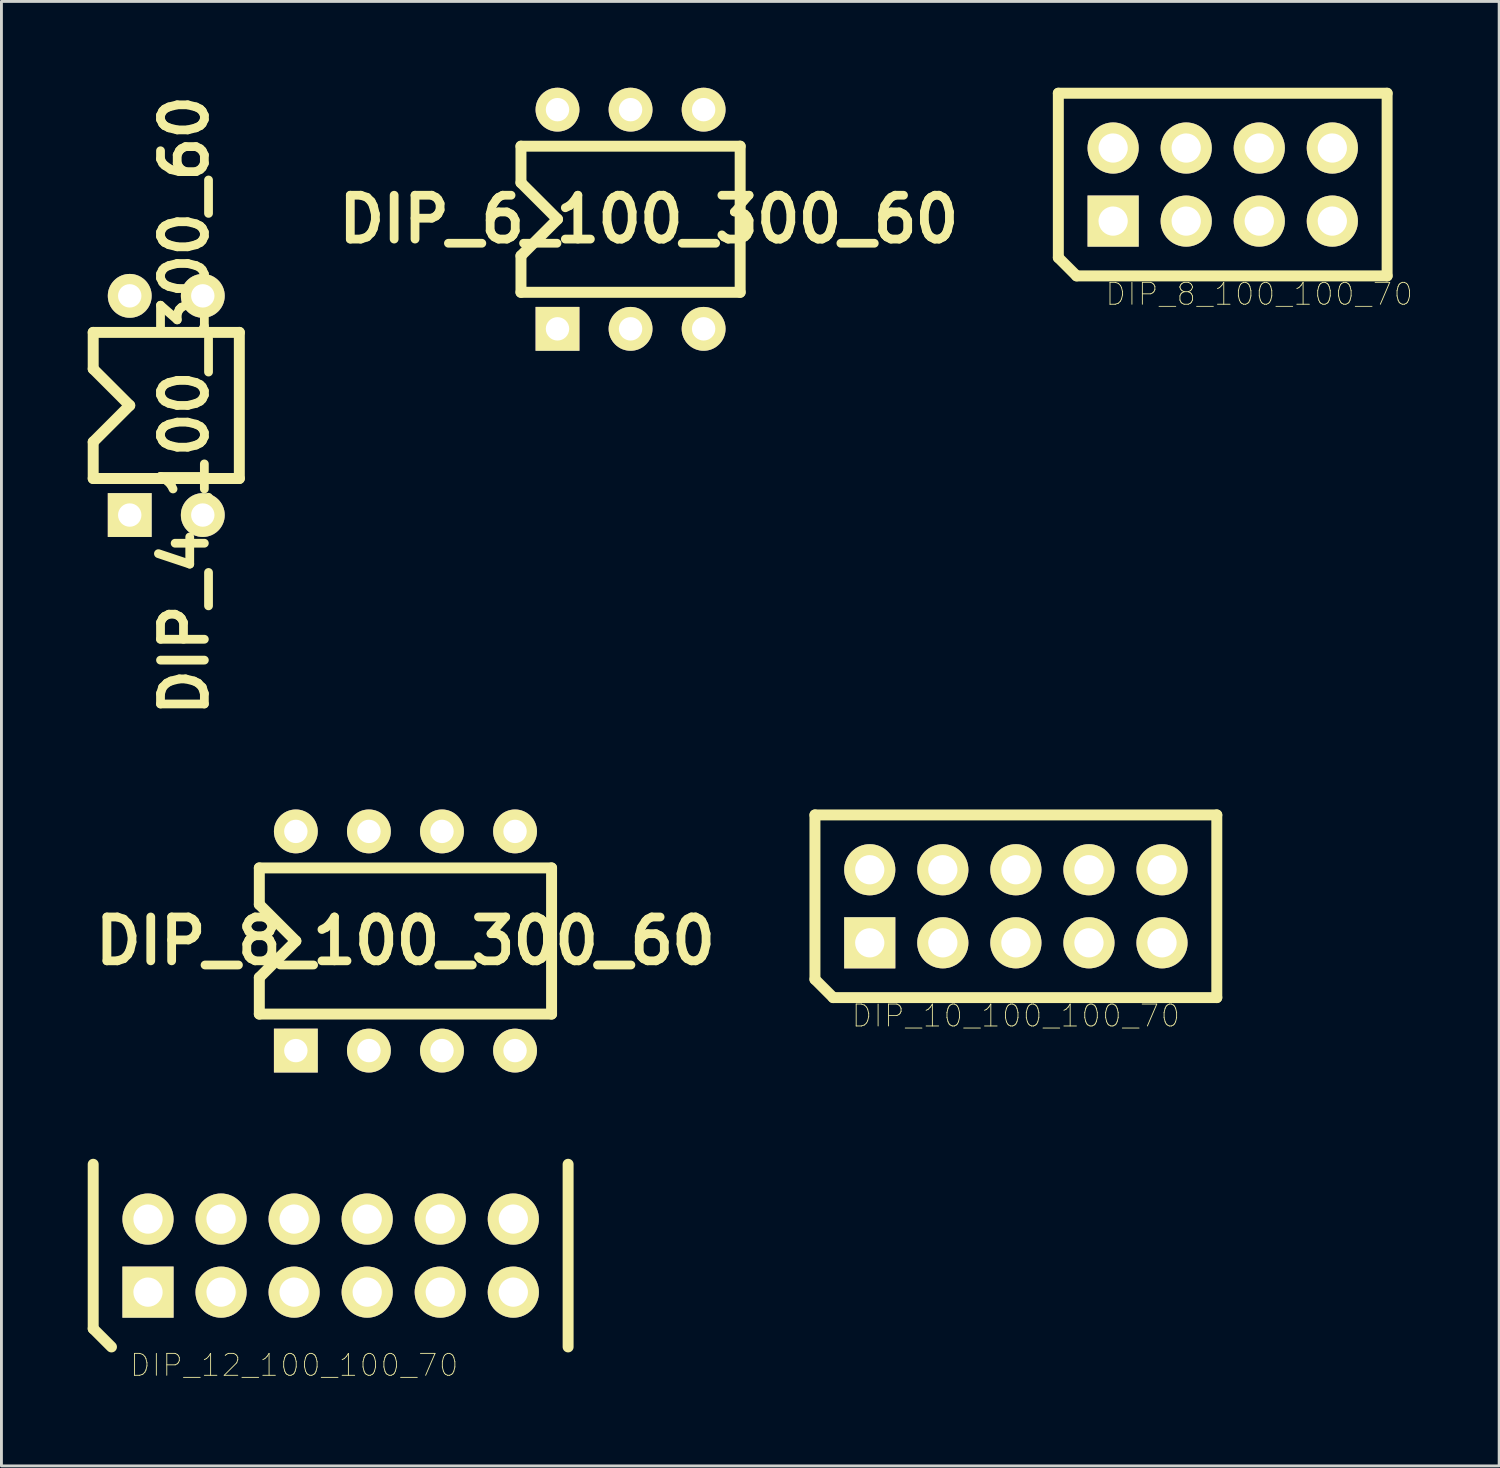
<source format=kicad_pcb>
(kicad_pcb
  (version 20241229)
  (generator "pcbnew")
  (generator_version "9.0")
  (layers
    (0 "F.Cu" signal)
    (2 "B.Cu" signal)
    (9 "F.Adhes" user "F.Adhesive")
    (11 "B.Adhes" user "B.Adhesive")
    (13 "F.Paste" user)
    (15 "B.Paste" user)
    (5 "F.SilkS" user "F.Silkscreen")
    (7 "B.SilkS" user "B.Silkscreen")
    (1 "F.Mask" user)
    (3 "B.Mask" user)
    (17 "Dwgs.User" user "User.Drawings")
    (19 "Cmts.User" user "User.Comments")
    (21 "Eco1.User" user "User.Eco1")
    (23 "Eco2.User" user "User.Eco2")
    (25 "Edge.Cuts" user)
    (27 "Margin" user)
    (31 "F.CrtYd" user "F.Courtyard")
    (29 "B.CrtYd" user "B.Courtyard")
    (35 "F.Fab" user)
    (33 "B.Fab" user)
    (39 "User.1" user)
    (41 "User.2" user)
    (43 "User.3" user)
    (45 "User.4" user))
  (footprint "DIP_10_100_100_70"
    (layer "F.Cu")
    (at 27.186 29.726)
    (property "Reference" "DIP_10_100_100_70" (at 5.08 2.54 0) (layer "F.SilkS") (effects (font (size 0.762 0.762) (thickness 0.03))))
    (attr through_hole)
    (fp_line (start -1.905 -4.445) (end -1.905 1.27) (stroke (width 0.381) (type solid)) (layer "F.SilkS"))
    (fp_line (start -1.905 1.27) (end -1.27 1.905) (stroke (width 0.381) (type solid)) (layer "F.SilkS"))
    (fp_line (start -1.27 1.905) (end 12.065 1.905) (stroke (width 0.381) (type solid)) (layer "F.SilkS"))
    (fp_line (start 12.065 -4.445) (end -1.905 -4.445) (stroke (width 0.381) (type solid)) (layer "F.SilkS"))
    (fp_line (start 12.065 1.905) (end 12.065 -4.445) (stroke (width 0.381) (type solid)) (layer "F.SilkS"))
    (pad "1" thru_hole rect (at 0 0) (size 1.778 1.778) (drill 1.016) (layers "*.Cu" "*.Mask" "F.SilkS"))
    (pad "2" thru_hole circle (at 0 -2.54) (size 1.778 1.778) (drill 1.016) (layers "*.Cu" "*.Mask" "F.SilkS"))
    (pad "3" thru_hole circle (at 2.54 0) (size 1.778 1.778) (drill 1.016) (layers "*.Cu" "*.Mask" "F.SilkS"))
    (pad "4" thru_hole circle (at 2.54 -2.54) (size 1.778 1.778) (drill 1.016) (layers "*.Cu" "*.Mask" "F.SilkS"))
    (pad "5" thru_hole circle (at 5.08 0) (size 1.778 1.778) (drill 1.016) (layers "*.Cu" "*.Mask" "F.SilkS"))
    (pad "6" thru_hole circle (at 5.08 -2.54) (size 1.778 1.778) (drill 1.016) (layers "*.Cu" "*.Mask" "F.SilkS"))
    (pad "7" thru_hole circle (at 7.62 0) (size 1.778 1.778) (drill 1.016) (layers "*.Cu" "*.Mask" "F.SilkS"))
    (pad "8" thru_hole circle (at 7.62 -2.54) (size 1.778 1.778) (drill 1.016) (layers "*.Cu" "*.Mask" "F.SilkS"))
    (pad "9" thru_hole circle (at 10.16 0) (size 1.778 1.778) (drill 1.016) (layers "*.Cu" "*.Mask" "F.SilkS"))
    (pad "10" thru_hole circle (at 10.16 -2.54) (size 1.778 1.778) (drill 1.016) (layers "*.Cu" "*.Mask" "F.SilkS")))
  (footprint "DIP_12_100_100_70"
    (layer "F.Cu")
    (at 2.095 41.87)
    (property "Reference" "DIP_12_100_100_70" (at 5.08 2.54 0) (layer "F.SilkS") (effects (font (size 0.762 0.762) (thickness 0.03))))
    (attr through_hole)
    (fp_line (start -1.905 -4.445) (end -1.905 1.27) (stroke (width 0.381) (type solid)) (layer "F.SilkS"))
    (fp_line (start -1.905 1.27) (end -1.27 1.905) (stroke (width 0.381) (type solid)) (layer "F.SilkS"))
    (fp_line (start 14.605 1.905) (end 14.605 -4.445) (stroke (width 0.381) (type solid)) (layer "F.SilkS"))
    (pad "1" thru_hole rect (at 0 0) (size 1.778 1.778) (drill 1.016) (layers "*.Cu" "*.Mask" "F.SilkS"))
    (pad "2" thru_hole circle (at 0 -2.54) (size 1.778 1.778) (drill 1.016) (layers "*.Cu" "*.Mask" "F.SilkS"))
    (pad "3" thru_hole circle (at 2.54 0) (size 1.778 1.778) (drill 1.016) (layers "*.Cu" "*.Mask" "F.SilkS"))
    (pad "4" thru_hole circle (at 2.54 -2.54) (size 1.778 1.778) (drill 1.016) (layers "*.Cu" "*.Mask" "F.SilkS"))
    (pad "5" thru_hole circle (at 5.08 0) (size 1.778 1.778) (drill 1.016) (layers "*.Cu" "*.Mask" "F.SilkS"))
    (pad "6" thru_hole circle (at 5.08 -2.54) (size 1.778 1.778) (drill 1.016) (layers "*.Cu" "*.Mask" "F.SilkS"))
    (pad "7" thru_hole circle (at 7.62 0) (size 1.778 1.778) (drill 1.016) (layers "*.Cu" "*.Mask" "F.SilkS"))
    (pad "8" thru_hole circle (at 7.62 -2.54) (size 1.778 1.778) (drill 1.016) (layers "*.Cu" "*.Mask" "F.SilkS"))
    (pad "9" thru_hole circle (at 10.16 0) (size 1.778 1.778) (drill 1.016) (layers "*.Cu" "*.Mask" "F.SilkS"))
    (pad "10" thru_hole circle (at 10.16 -2.54) (size 1.778 1.778) (drill 1.016) (layers "*.Cu" "*.Mask" "F.SilkS"))
    (pad "11" thru_hole circle (at 12.7 0) (size 1.778 1.778) (drill 1.016) (layers "*.Cu" "*.Mask" "F.SilkS"))
    (pad "12" thru_hole circle (at 12.7 -2.54) (size 1.778 1.778) (drill 1.016) (layers "*.Cu" "*.Mask" "F.SilkS")))
  (footprint "DIP_4_100_300_60"
    (layer "F.Cu")
    (at 1.46 14.855)
    (property "Reference" "DIP_4_100_300_60" (at 1.905 -3.81 90) (layer "F.SilkS") (effects (font (size 1.524 1.524) (thickness 0.305))))
    (attr through_hole)
    (fp_line (start -1.27 -6.35) (end -1.27 -5.08) (stroke (width 0.381) (type solid)) (layer "F.SilkS"))
    (fp_line (start -1.27 -6.35) (end 3.81 -6.35) (stroke (width 0.381) (type solid)) (layer "F.SilkS"))
    (fp_line (start -1.27 -5.08) (end 0 -3.81) (stroke (width 0.381) (type solid)) (layer "F.SilkS"))
    (fp_line (start -1.27 -2.54) (end -1.27 -1.27) (stroke (width 0.381) (type solid)) (layer "F.SilkS"))
    (fp_line (start 0 -3.81) (end -1.27 -2.54) (stroke (width 0.381) (type solid)) (layer "F.SilkS"))
    (fp_line (start 3.81 -1.27) (end -1.27 -1.27) (stroke (width 0.381) (type solid)) (layer "F.SilkS"))
    (fp_line (start 3.81 -1.27) (end 3.81 -6.35) (stroke (width 0.381) (type solid)) (layer "F.SilkS"))
    (pad "1" thru_hole rect (at 0 0) (size 1.524 1.524) (drill 0.813) (layers "*.Cu" "*.Mask" "F.SilkS"))
    (pad "2" thru_hole circle (at 2.54 0) (size 1.524 1.524) (drill 0.813) (layers "*.Cu" "*.Mask" "F.SilkS"))
    (pad "3" thru_hole circle (at 2.54 -7.62) (size 1.524 1.524) (drill 0.813) (layers "*.Cu" "*.Mask" "F.SilkS"))
    (pad "4" thru_hole circle (at 0 -7.62) (size 1.524 1.524) (drill 0.813) (layers "*.Cu" "*.Mask" "F.SilkS")))
  (footprint "DIP_8_100_100_70"
    (layer "F.Cu")
    (at 35.647 4.636)
    (property "Reference" "DIP_8_100_100_70" (at 5.08 2.54 0) (layer "F.SilkS") (effects (font (size 0.762 0.762) (thickness 0.03))))
    (attr through_hole)
    (fp_line (start -1.905 -4.445) (end -1.905 1.27) (stroke (width 0.381) (type solid)) (layer "F.SilkS"))
    (fp_line (start -1.905 1.27) (end -1.27 1.905) (stroke (width 0.381) (type solid)) (layer "F.SilkS"))
    (fp_line (start -1.27 1.905) (end 9.525 1.905) (stroke (width 0.381) (type solid)) (layer "F.SilkS"))
    (fp_line (start 9.525 -4.445) (end -1.905 -4.445) (stroke (width 0.381) (type solid)) (layer "F.SilkS"))
    (fp_line (start 9.525 1.905) (end 9.525 -4.445) (stroke (width 0.381) (type solid)) (layer "F.SilkS"))
    (pad "1" thru_hole rect (at 0 0) (size 1.778 1.778) (drill 1.016) (layers "*.Cu" "*.Mask" "F.SilkS"))
    (pad "2" thru_hole circle (at 0 -2.54) (size 1.778 1.778) (drill 1.016) (layers "*.Cu" "*.Mask" "F.SilkS"))
    (pad "3" thru_hole circle (at 2.54 0) (size 1.778 1.778) (drill 1.016) (layers "*.Cu" "*.Mask" "F.SilkS"))
    (pad "4" thru_hole circle (at 2.54 -2.54) (size 1.778 1.778) (drill 1.016) (layers "*.Cu" "*.Mask" "F.SilkS"))
    (pad "5" thru_hole circle (at 5.08 0) (size 1.778 1.778) (drill 1.016) (layers "*.Cu" "*.Mask" "F.SilkS"))
    (pad "6" thru_hole circle (at 5.08 -2.54) (size 1.778 1.778) (drill 1.016) (layers "*.Cu" "*.Mask" "F.SilkS"))
    (pad "7" thru_hole circle (at 7.62 0) (size 1.778 1.778) (drill 1.016) (layers "*.Cu" "*.Mask" "F.SilkS"))
    (pad "8" thru_hole circle (at 7.62 -2.54) (size 1.778 1.778) (drill 1.016) (layers "*.Cu" "*.Mask" "F.SilkS")))
  (footprint "DIP_8_100_300_60"
    (layer "F.Cu")
    (at 7.235 33.473)
    (property "Reference" "DIP_8_100_300_60" (at 3.81 -3.81 180) (layer "F.SilkS") (effects (font (size 1.524 1.524) (thickness 0.305))))
    (attr through_hole)
    (fp_line (start -1.27 -6.35) (end -1.27 -5.08) (stroke (width 0.381) (type solid)) (layer "F.SilkS"))
    (fp_line (start -1.27 -6.35) (end 8.89 -6.35) (stroke (width 0.381) (type solid)) (layer "F.SilkS"))
    (fp_line (start -1.27 -5.08) (end 0 -3.81) (stroke (width 0.381) (type solid)) (layer "F.SilkS"))
    (fp_line (start -1.27 -2.54) (end -1.27 -1.27) (stroke (width 0.381) (type solid)) (layer "F.SilkS"))
    (fp_line (start 0 -3.81) (end -1.27 -2.54) (stroke (width 0.381) (type solid)) (layer "F.SilkS"))
    (fp_line (start 8.89 -1.27) (end -1.27 -1.27) (stroke (width 0.381) (type solid)) (layer "F.SilkS"))
    (fp_line (start 8.89 -1.27) (end 8.89 -6.35) (stroke (width 0.381) (type solid)) (layer "F.SilkS"))
    (pad "1" thru_hole rect (at 0 0) (size 1.524 1.524) (drill 0.813) (layers "*.Cu" "*.Mask" "F.SilkS"))
    (pad "2" thru_hole circle (at 2.54 0) (size 1.524 1.524) (drill 0.813) (layers "*.Cu" "*.Mask" "F.SilkS"))
    (pad "3" thru_hole circle (at 5.08 0) (size 1.524 1.524) (drill 0.813) (layers "*.Cu" "*.Mask" "F.SilkS"))
    (pad "4" thru_hole circle (at 7.62 0) (size 1.524 1.524) (drill 0.813) (layers "*.Cu" "*.Mask" "F.SilkS"))
    (pad "5" thru_hole oval (at 7.62 -7.62) (size 1.524 1.524) (drill 0.813) (layers "*.Cu" "*.Mask" "F.SilkS"))
    (pad "6" thru_hole oval (at 5.08 -7.62) (size 1.524 1.524) (drill 0.813) (layers "*.Cu" "*.Mask" "F.SilkS"))
    (pad "7" thru_hole oval (at 2.54 -7.62) (size 1.524 1.524) (drill 0.813) (layers "*.Cu" "*.Mask" "F.SilkS"))
    (pad "8" thru_hole oval (at 0 -7.62) (size 1.524 1.524) (drill 0.813) (layers "*.Cu" "*.Mask" "F.SilkS")))
  (footprint "DIP_6_100_300_60"
    (layer "F.Cu")
    (at 16.331 8.382)
    (property "Reference" "DIP_6_100_300_60" (at 3.175 -3.81 180) (layer "F.SilkS") (effects (font (size 1.524 1.524) (thickness 0.305))))
    (attr through_hole)
    (fp_line (start -1.27 -6.35) (end -1.27 -5.08) (stroke (width 0.381) (type solid)) (layer "F.SilkS"))
    (fp_line (start -1.27 -6.35) (end 6.35 -6.35) (stroke (width 0.381) (type solid)) (layer "F.SilkS"))
    (fp_line (start -1.27 -5.08) (end 0 -3.81) (stroke (width 0.381) (type solid)) (layer "F.SilkS"))
    (fp_line (start -1.27 -2.54) (end -1.27 -1.27) (stroke (width 0.381) (type solid)) (layer "F.SilkS"))
    (fp_line (start 0 -3.81) (end -1.27 -2.54) (stroke (width 0.381) (type solid)) (layer "F.SilkS"))
    (fp_line (start 6.35 -1.27) (end -1.27 -1.27) (stroke (width 0.381) (type solid)) (layer "F.SilkS"))
    (fp_line (start 6.35 -1.27) (end 6.35 -6.35) (stroke (width 0.381) (type solid)) (layer "F.SilkS"))
    (pad "1" thru_hole rect (at 0 0) (size 1.524 1.524) (drill 0.813) (layers "*.Cu" "*.Mask" "F.SilkS"))
    (pad "2" thru_hole circle (at 2.54 0) (size 1.524 1.524) (drill 0.813) (layers "*.Cu" "*.Mask" "F.SilkS"))
    (pad "3" thru_hole circle (at 5.08 0) (size 1.524 1.524) (drill 0.813) (layers "*.Cu" "*.Mask" "F.SilkS"))
    (pad "4" thru_hole circle (at 5.08 -7.62) (size 1.524 1.524) (drill 0.813) (layers "*.Cu" "*.Mask" "F.SilkS"))
    (pad "5" thru_hole oval (at 2.54 -7.62) (size 1.524 1.524) (drill 0.813) (layers "*.Cu" "*.Mask" "F.SilkS"))
    (pad "6" thru_hole oval (at 0 -7.62) (size 1.524 1.524) (drill 0.813) (layers "*.Cu" "*.Mask" "F.SilkS")))
  (gr_rect
    (start -3 -3)
    (end 49.067 47.91)
    (stroke (width 0.1) (type default))
    (fill no)
    (layer "Edge.Cuts")))
</source>
